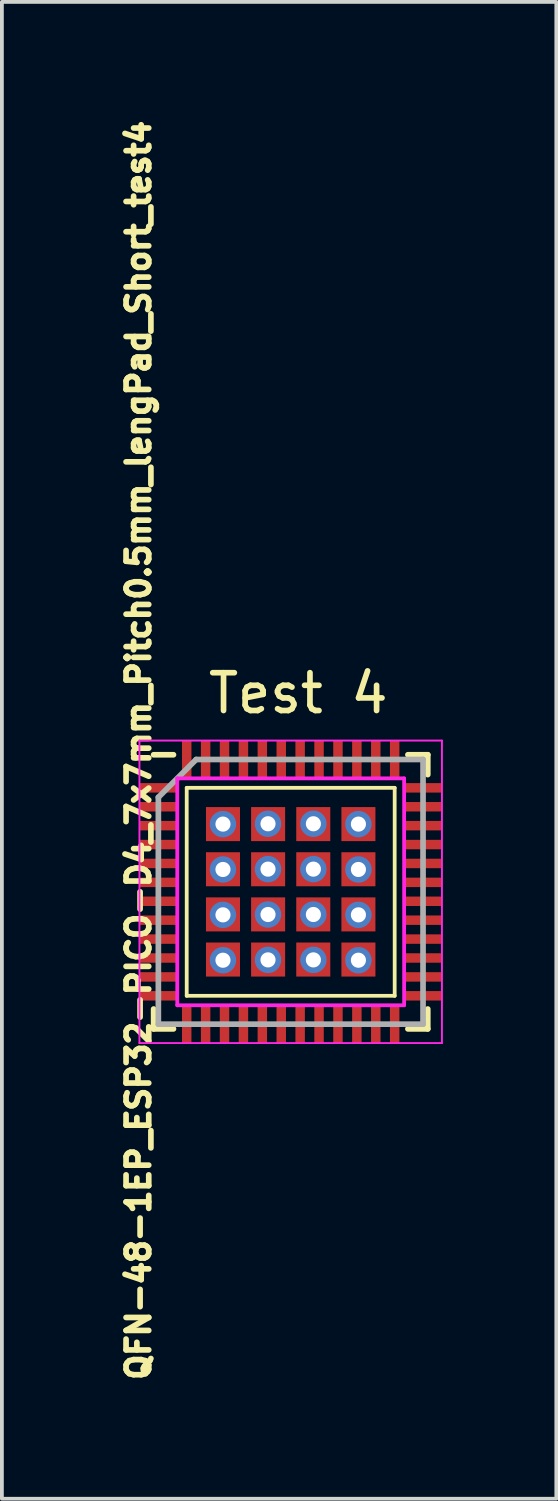
<source format=kicad_pcb>
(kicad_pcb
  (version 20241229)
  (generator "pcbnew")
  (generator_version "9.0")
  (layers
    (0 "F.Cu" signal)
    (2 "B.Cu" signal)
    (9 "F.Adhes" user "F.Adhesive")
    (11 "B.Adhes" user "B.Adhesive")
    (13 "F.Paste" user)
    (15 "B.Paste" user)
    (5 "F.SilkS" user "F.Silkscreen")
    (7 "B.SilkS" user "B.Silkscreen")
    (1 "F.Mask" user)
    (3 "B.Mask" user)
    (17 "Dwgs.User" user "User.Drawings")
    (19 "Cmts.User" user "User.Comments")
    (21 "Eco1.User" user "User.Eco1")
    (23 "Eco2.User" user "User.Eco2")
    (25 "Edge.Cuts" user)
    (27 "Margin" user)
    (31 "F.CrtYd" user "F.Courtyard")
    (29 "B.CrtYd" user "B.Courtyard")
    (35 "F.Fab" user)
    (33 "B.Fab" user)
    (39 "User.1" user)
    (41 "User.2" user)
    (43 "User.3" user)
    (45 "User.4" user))
  (footprint "QFN-48-1EP_ESP32-PICO-D4_7x7mm_Pitch0.5mm_lengPad_Short_test4"
    (layer "F.Cu")
    (at 4.638 20.536)
    (property "Reference" "QFN-48-1EP_ESP32-PICO-D4_7x7mm_Pitch0.5mm_lengPad_Short_test4" (at -4.024 -3.743 90) (layer "F.SilkS") (effects (font (size 0.6 0.6) (thickness 0.15))))
    (attr smd)
    (fp_line (start -3.625 -3.625) (end -3.1 -3.625) (stroke (width 0.15) (type solid)) (layer "F.SilkS"))
    (fp_line (start -3.625 3.625) (end -3.625 3.1) (stroke (width 0.15) (type solid)) (layer "F.SilkS"))
    (fp_line (start -3.625 3.625) (end -3.1 3.625) (stroke (width 0.15) (type solid)) (layer "F.SilkS"))
    (fp_line (start -2.75 -2.75) (end 2.75 -2.75) (stroke (width 0.1) (type solid)) (layer "F.SilkS"))
    (fp_line (start -2.75 2.75) (end -2.75 -2.75) (stroke (width 0.1) (type solid)) (layer "F.SilkS"))
    (fp_line (start -2.75 2.75) (end 2.75 2.75) (stroke (width 0.1) (type solid)) (layer "F.SilkS"))
    (fp_line (start 2.75 2.75) (end 2.75 -2.75) (stroke (width 0.1) (type solid)) (layer "F.SilkS"))
    (fp_line (start 3.625 -3.625) (end 3.1 -3.625) (stroke (width 0.15) (type solid)) (layer "F.SilkS"))
    (fp_line (start 3.625 -3.625) (end 3.625 -3.1) (stroke (width 0.15) (type solid)) (layer "F.SilkS"))
    (fp_line (start 3.625 3.625) (end 3.1 3.625) (stroke (width 0.15) (type solid)) (layer "F.SilkS"))
    (fp_line (start 3.625 3.625) (end 3.625 3.1) (stroke (width 0.15) (type solid)) (layer "F.SilkS"))
    (fp_line (start -4 -4) (end -4 4) (stroke (width 0.05) (type solid)) (layer "F.CrtYd"))
    (fp_line (start -4 -4) (end 4 -4) (stroke (width 0.05) (type solid)) (layer "F.CrtYd"))
    (fp_line (start -4 4) (end 4 4) (stroke (width 0.05) (type solid)) (layer "F.CrtYd"))
    (fp_line (start -3 -3) (end 3 -3) (stroke (width 0.1) (type solid)) (layer "F.CrtYd"))
    (fp_line (start -3 3) (end -3 -3) (stroke (width 0.1) (type solid)) (layer "F.CrtYd"))
    (fp_line (start 3 -3) (end 3 3) (stroke (width 0.1) (type solid)) (layer "F.CrtYd"))
    (fp_line (start 3 3) (end -3 3) (stroke (width 0.1) (type solid)) (layer "F.CrtYd"))
    (fp_line (start 4 -4) (end 4 4) (stroke (width 0.05) (type solid)) (layer "F.CrtYd"))
    (fp_line (start -3.5 -2.5) (end -2.5 -3.5) (stroke (width 0.15) (type solid)) (layer "F.Fab"))
    (fp_line (start -3.5 3.5) (end -3.5 -2.5) (stroke (width 0.15) (type solid)) (layer "F.Fab"))
    (fp_line (start -2.5 -3.5) (end 3.5 -3.5) (stroke (width 0.15) (type solid)) (layer "F.Fab"))
    (fp_line (start 3.5 -3.5) (end 3.5 3.5) (stroke (width 0.15) (type solid)) (layer "F.Fab"))
    (fp_line (start 3.5 3.5) (end -3.5 3.5) (stroke (width 0.15) (type solid)) (layer "F.Fab"))
    (fp_text user "Test 4" (at 0.2 -5.25 0) (layer "F.SilkS") (effects (font (size 1 1) (thickness 0.15))))
    (pad "1" smd rect (at -3.5 -2.75) (size 1 0.25) (layers "F.Cu" "F.Mask" "F.Paste"))
    (pad "2" smd rect (at -3.5 -2.25) (size 1 0.25) (layers "F.Cu" "F.Mask" "F.Paste"))
    (pad "3" smd rect (at -3.5 -1.75) (size 1 0.25) (layers "F.Cu" "F.Mask" "F.Paste"))
    (pad "4" smd rect (at -3.5 -1.25) (size 1 0.25) (layers "F.Cu" "F.Mask" "F.Paste"))
    (pad "5" smd rect (at -3.5 -0.75) (size 1 0.25) (layers "F.Cu" "F.Mask" "F.Paste"))
    (pad "6" smd rect (at -3.5 -0.25) (size 1 0.25) (layers "F.Cu" "F.Mask" "F.Paste"))
    (pad "7" smd rect (at -3.5 0.25) (size 1 0.25) (layers "F.Cu" "F.Mask" "F.Paste"))
    (pad "8" smd rect (at -3.5 0.75) (size 1 0.25) (layers "F.Cu" "F.Mask" "F.Paste"))
    (pad "9" smd rect (at -3.5 1.25) (size 1 0.25) (layers "F.Cu" "F.Mask" "F.Paste"))
    (pad "10" smd rect (at -3.5 1.75) (size 1 0.25) (layers "F.Cu" "F.Mask" "F.Paste"))
    (pad "11" smd rect (at -3.5 2.25) (size 1 0.25) (layers "F.Cu" "F.Mask" "F.Paste"))
    (pad "12" smd rect (at -3.5 2.75) (size 1 0.25) (layers "F.Cu" "F.Mask" "F.Paste"))
    (pad "13" smd rect (at -2.75 3.5 90) (size 1 0.25) (layers "F.Cu" "F.Mask" "F.Paste"))
    (pad "14" smd rect (at -2.25 3.5 90) (size 1 0.25) (layers "F.Cu" "F.Mask" "F.Paste"))
    (pad "15" smd rect (at -1.75 3.5 90) (size 1 0.25) (layers "F.Cu" "F.Mask" "F.Paste"))
    (pad "16" smd rect (at -1.25 3.5 90) (size 1 0.25) (layers "F.Cu" "F.Mask" "F.Paste"))
    (pad "17" smd rect (at -0.75 3.5 90) (size 1 0.25) (layers "F.Cu" "F.Mask" "F.Paste"))
    (pad "18" smd rect (at -0.25 3.5 90) (size 1 0.25) (layers "F.Cu" "F.Mask" "F.Paste"))
    (pad "19" smd rect (at 0.25 3.5 90) (size 1 0.25) (layers "F.Cu" "F.Mask" "F.Paste"))
    (pad "20" smd rect (at 0.75 3.5 90) (size 1 0.25) (layers "F.Cu" "F.Mask" "F.Paste"))
    (pad "21" smd rect (at 1.25 3.5 90) (size 1 0.25) (layers "F.Cu" "F.Mask" "F.Paste"))
    (pad "22" smd rect (at 1.75 3.5 90) (size 1 0.25) (layers "F.Cu" "F.Mask" "F.Paste"))
    (pad "23" smd rect (at 2.25 3.5 90) (size 1 0.25) (layers "F.Cu" "F.Mask" "F.Paste"))
    (pad "24" smd rect (at 2.75 3.5 90) (size 1 0.25) (layers "F.Cu" "F.Mask" "F.Paste"))
    (pad "25" smd rect (at 3.5 2.75) (size 1 0.25) (layers "F.Cu" "F.Mask" "F.Paste"))
    (pad "26" smd rect (at 3.5 2.25) (size 1 0.25) (layers "F.Cu" "F.Mask" "F.Paste"))
    (pad "27" smd rect (at 3.5 1.75) (size 1 0.25) (layers "F.Cu" "F.Mask" "F.Paste"))
    (pad "28" smd rect (at 3.5 1.25) (size 1 0.25) (layers "F.Cu" "F.Mask" "F.Paste"))
    (pad "29" smd rect (at 3.5 0.75) (size 1 0.25) (layers "F.Cu" "F.Mask" "F.Paste"))
    (pad "30" smd rect (at 3.5 0.25) (size 1 0.25) (layers "F.Cu" "F.Mask" "F.Paste"))
    (pad "31" smd rect (at 3.5 -0.25) (size 1 0.25) (layers "F.Cu" "F.Mask" "F.Paste"))
    (pad "32" smd rect (at 3.5 -0.75) (size 1 0.25) (layers "F.Cu" "F.Mask" "F.Paste"))
    (pad "33" smd rect (at 3.5 -1.25) (size 1 0.25) (layers "F.Cu" "F.Mask" "F.Paste"))
    (pad "34" smd rect (at 3.5 -1.75) (size 1 0.25) (layers "F.Cu" "F.Mask" "F.Paste"))
    (pad "35" smd rect (at 3.5 -2.25) (size 1 0.25) (layers "F.Cu" "F.Mask" "F.Paste"))
    (pad "36" smd rect (at 3.5 -2.75) (size 1 0.25) (layers "F.Cu" "F.Mask" "F.Paste"))
    (pad "37" smd rect (at 2.75 -3.5 90) (size 1 0.25) (layers "F.Cu" "F.Mask" "F.Paste"))
    (pad "38" smd rect (at 2.25 -3.5 90) (size 1 0.25) (layers "F.Cu" "F.Mask" "F.Paste"))
    (pad "39" smd rect (at 1.75 -3.5 90) (size 1 0.25) (layers "F.Cu" "F.Mask" "F.Paste"))
    (pad "40" smd rect (at 1.25 -3.5 90) (size 1 0.25) (layers "F.Cu" "F.Mask" "F.Paste"))
    (pad "41" smd rect (at 0.75 -3.5 90) (size 1 0.25) (layers "F.Cu" "F.Mask" "F.Paste"))
    (pad "42" smd rect (at 0.25 -3.5 90) (size 1 0.25) (layers "F.Cu" "F.Mask" "F.Paste"))
    (pad "43" smd rect (at -0.25 -3.5 90) (size 1 0.25) (layers "F.Cu" "F.Mask" "F.Paste"))
    (pad "44" smd rect (at -0.75 -3.5 90) (size 1 0.25) (layers "F.Cu" "F.Mask" "F.Paste"))
    (pad "45" smd rect (at -1.25 -3.5 90) (size 1 0.25) (layers "F.Cu" "F.Mask" "F.Paste"))
    (pad "46" smd rect (at -1.75 -3.5 90) (size 1 0.25) (layers "F.Cu" "F.Mask" "F.Paste"))
    (pad "47" smd rect (at -2.25 -3.5 90) (size 1 0.25) (layers "F.Cu" "F.Mask" "F.Paste"))
    (pad "48" smd rect (at -2.75 -3.5 90) (size 1 0.25) (layers "F.Cu" "F.Mask" "F.Paste"))
    (pad "49" thru_hole circle (at -1.791 -1.791) (size 0.7 0.7) (drill 0.4) (layers "*.Cu" "F.Mask"))
    (pad "49" smd rect (at -1.791 -1.791) (size 0.9 0.9) (layers "F.Cu" "F.Mask" "F.Paste"))
    (pad "49" smd rect (at -1.791 -0.597) (size 0.9 0.9) (layers "F.Cu" "F.Mask" "F.Paste"))
    (pad "49" thru_hole circle (at -1.791 -0.591) (size 0.7 0.7) (drill 0.4) (layers "*.Cu" "F.Mask"))
    (pad "49" smd rect (at -1.791 0.597) (size 0.9 0.9) (layers "F.Cu" "F.Mask" "F.Paste"))
    (pad "49" thru_hole circle (at -1.791 0.609) (size 0.7 0.7) (drill 0.4) (layers "*.Cu" "F.Mask"))
    (pad "49" smd rect (at -1.791 1.791) (size 0.9 0.9) (layers "F.Cu" "F.Mask" "F.Paste"))
    (pad "49" thru_hole circle (at -1.791 1.809) (size 0.7 0.7) (drill 0.4) (layers "*.Cu" "F.Mask"))
    (pad "49" thru_hole circle (at -0.6 -1.8) (size 0.7 0.7) (drill 0.4) (layers "*.Cu" "F.Mask"))
    (pad "49" thru_hole circle (at -0.6 -0.6) (size 0.7 0.7) (drill 0.4) (layers "*.Cu" "F.Mask"))
    (pad "49" thru_hole circle (at -0.6 0.6) (size 0.7 0.7) (drill 0.4) (layers "*.Cu" "F.Mask"))
    (pad "49" thru_hole circle (at -0.6 1.8) (size 0.7 0.7) (drill 0.4) (layers "*.Cu" "F.Mask"))
    (pad "49" smd rect (at -0.597 -1.791) (size 0.9 0.9) (layers "F.Cu" "F.Mask" "F.Paste"))
    (pad "49" smd rect (at -0.597 -0.597) (size 0.9 0.9) (layers "F.Cu" "F.Mask" "F.Paste"))
    (pad "49" smd rect (at -0.597 0.597) (size 0.9 0.9) (layers "F.Cu" "F.Mask" "F.Paste"))
    (pad "49" smd rect (at -0.597 1.791) (size 0.9 0.9) (layers "F.Cu" "F.Mask" "F.Paste"))
    (pad "49" smd rect (at 0.597 -1.791) (size 0.9 0.9) (layers "F.Cu" "F.Mask" "F.Paste"))
    (pad "49" smd rect (at 0.597 -0.597) (size 0.9 0.9) (layers "F.Cu" "F.Mask" "F.Paste"))
    (pad "49" smd rect (at 0.597 0.597) (size 0.9 0.9) (layers "F.Cu" "F.Mask" "F.Paste"))
    (pad "49" smd rect (at 0.597 1.791) (size 0.9 0.9) (layers "F.Cu" "F.Mask" "F.Paste"))
    (pad "49" thru_hole circle (at 0.6 -1.8) (size 0.7 0.7) (drill 0.4) (layers "*.Cu" "F.Mask"))
    (pad "49" thru_hole circle (at 0.6 -0.6) (size 0.7 0.7) (drill 0.4) (layers "*.Cu" "F.Mask"))
    (pad "49" thru_hole circle (at 0.6 0.6) (size 0.7 0.7) (drill 0.4) (layers "*.Cu" "F.Mask"))
    (pad "49" thru_hole circle (at 0.6 1.8) (size 0.7 0.7) (drill 0.4) (layers "*.Cu" "F.Mask"))
    (pad "49" thru_hole circle (at 1.791 -1.791) (size 0.7 0.7) (drill 0.4) (layers "*.Cu" "F.Mask"))
    (pad "49" smd rect (at 1.791 -1.791) (size 0.9 0.9) (layers "F.Cu" "F.Mask" "F.Paste"))
    (pad "49" smd rect (at 1.791 -0.597) (size 0.9 0.9) (layers "F.Cu" "F.Mask" "F.Paste"))
    (pad "49" thru_hole circle (at 1.791 -0.591) (size 0.7 0.7) (drill 0.4) (layers "*.Cu" "F.Mask"))
    (pad "49" smd rect (at 1.791 0.597) (size 0.9 0.9) (layers "F.Cu" "F.Mask" "F.Paste"))
    (pad "49" thru_hole circle (at 1.791 0.609) (size 0.7 0.7) (drill 0.4) (layers "*.Cu" "F.Mask"))
    (pad "49" smd rect (at 1.791 1.791) (size 0.9 0.9) (layers "F.Cu" "F.Mask" "F.Paste"))
    (pad "49" thru_hole circle (at 1.791 1.809) (size 0.7 0.7) (drill 0.4) (layers "*.Cu" "F.Mask")))
  (gr_rect
    (start -3 -3)
    (end 11.663 36.587)
    (stroke (width 0.1) (type default))
    (fill no)
    (layer "Edge.Cuts")))
</source>
